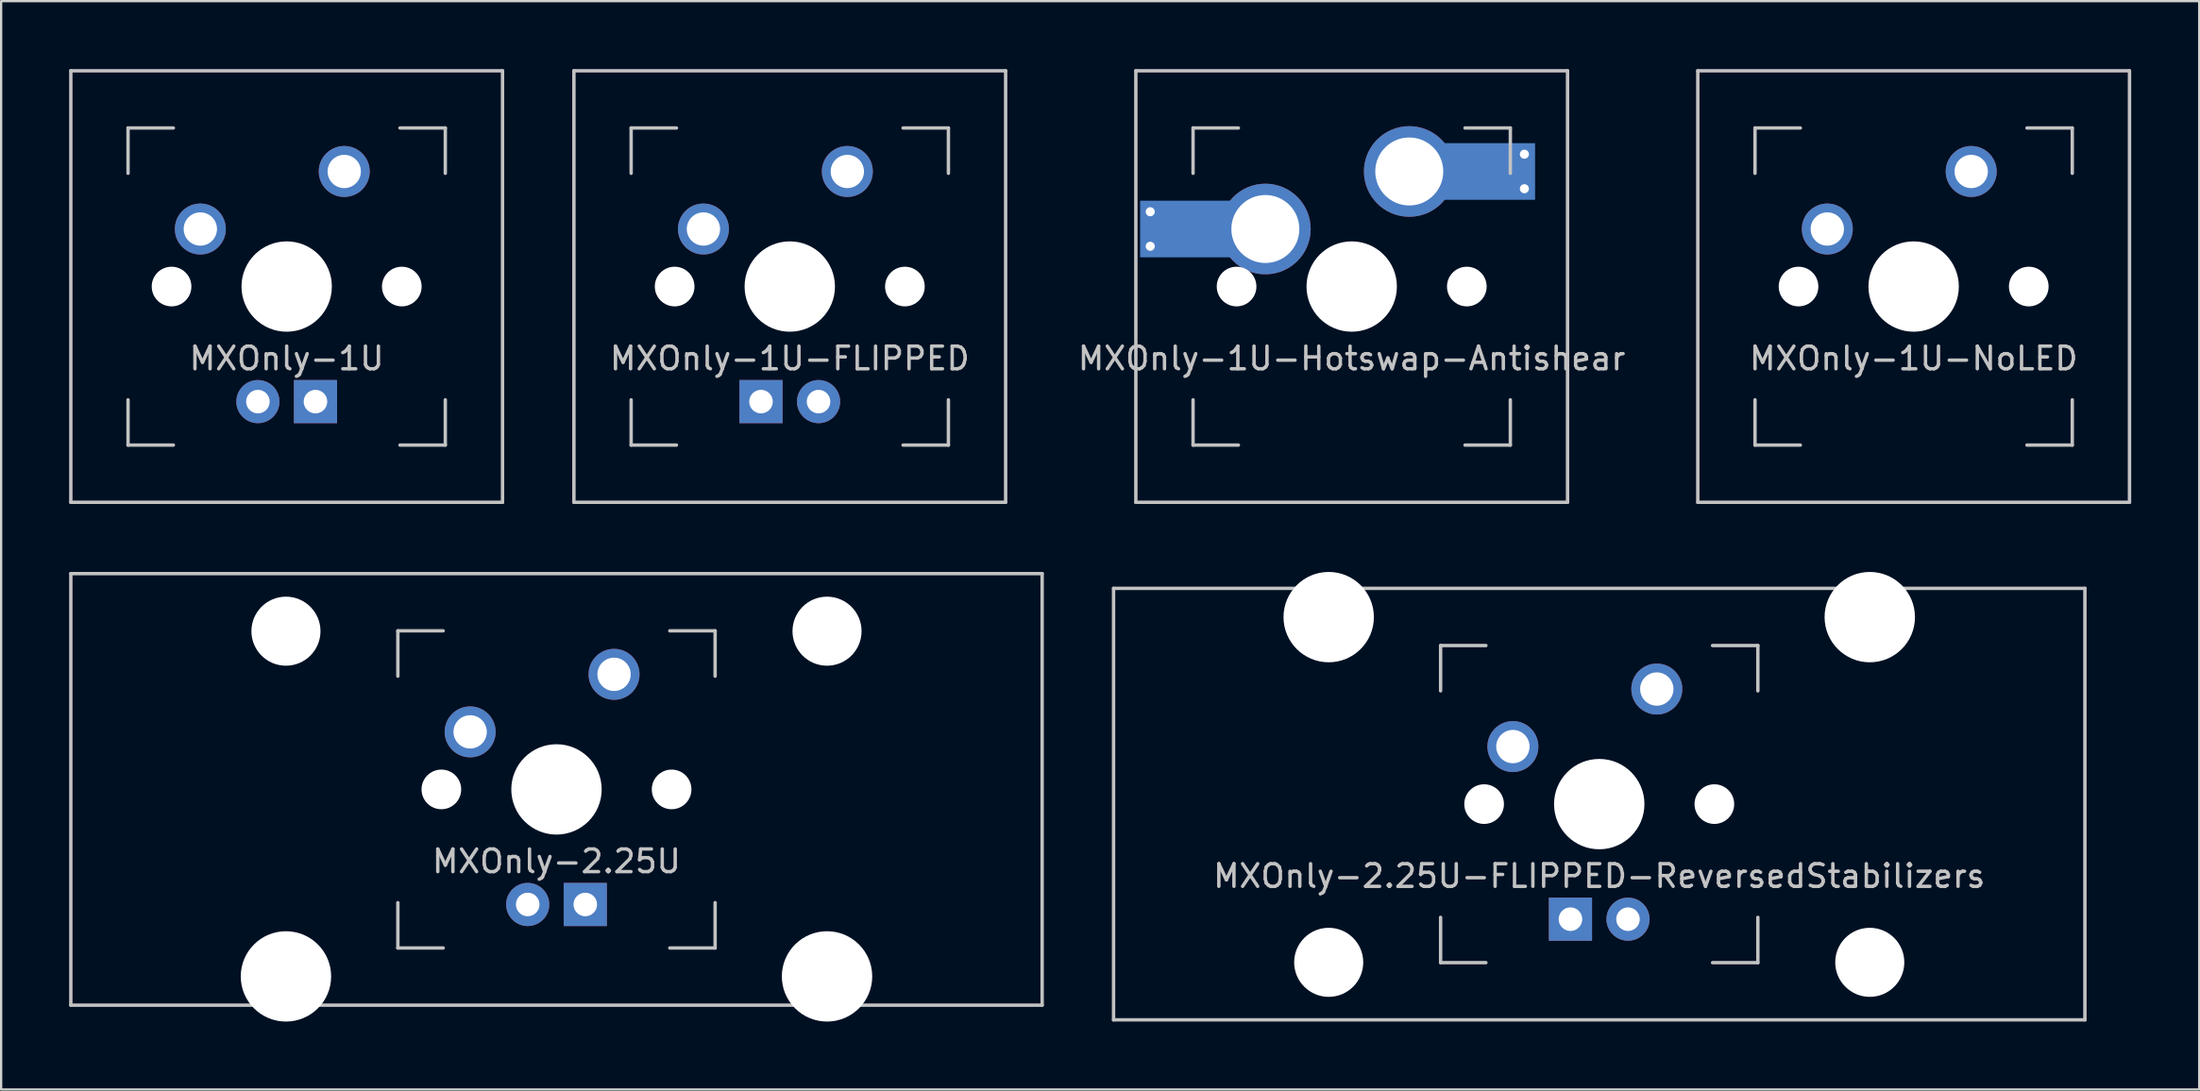
<source format=kicad_pcb>
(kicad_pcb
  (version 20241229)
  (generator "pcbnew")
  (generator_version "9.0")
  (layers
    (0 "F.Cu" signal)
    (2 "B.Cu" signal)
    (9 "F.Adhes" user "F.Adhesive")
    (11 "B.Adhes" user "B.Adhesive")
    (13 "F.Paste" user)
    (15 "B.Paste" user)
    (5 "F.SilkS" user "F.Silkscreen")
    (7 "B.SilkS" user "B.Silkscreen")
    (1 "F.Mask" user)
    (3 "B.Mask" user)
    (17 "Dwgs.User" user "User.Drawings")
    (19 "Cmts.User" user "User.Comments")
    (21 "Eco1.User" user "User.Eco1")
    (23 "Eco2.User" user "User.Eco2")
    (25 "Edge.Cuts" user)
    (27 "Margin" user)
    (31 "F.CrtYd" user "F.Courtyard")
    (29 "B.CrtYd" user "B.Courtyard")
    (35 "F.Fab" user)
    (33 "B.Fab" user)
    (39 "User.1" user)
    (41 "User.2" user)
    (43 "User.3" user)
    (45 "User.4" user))
  (footprint "MXOnly-1U"
    (layer "F.Cu")
    (at 9.6 9.6)
    (property "Reference" "MXOnly-1U" (at 0 3.175 0) (layer "Dwgs.User") (effects (font (size 1 1) (thickness 0.15))))
    (attr through_hole)
    (fp_line (start -9.525 -9.525) (end 9.525 -9.525) (stroke (width 0.15) (type solid)) (layer "Dwgs.User"))
    (fp_line (start -9.525 9.525) (end -9.525 -9.525) (stroke (width 0.15) (type solid)) (layer "Dwgs.User"))
    (fp_line (start -7 -7) (end -7 -5) (stroke (width 0.15) (type solid)) (layer "Dwgs.User"))
    (fp_line (start -7 5) (end -7 7) (stroke (width 0.15) (type solid)) (layer "Dwgs.User"))
    (fp_line (start -7 7) (end -5 7) (stroke (width 0.15) (type solid)) (layer "Dwgs.User"))
    (fp_line (start -5 -7) (end -7 -7) (stroke (width 0.15) (type solid)) (layer "Dwgs.User"))
    (fp_line (start 5 -7) (end 7 -7) (stroke (width 0.15) (type solid)) (layer "Dwgs.User"))
    (fp_line (start 5 7) (end 7 7) (stroke (width 0.15) (type solid)) (layer "Dwgs.User"))
    (fp_line (start 7 -7) (end 7 -5) (stroke (width 0.15) (type solid)) (layer "Dwgs.User"))
    (fp_line (start 7 7) (end 7 5) (stroke (width 0.15) (type solid)) (layer "Dwgs.User"))
    (fp_line (start 9.525 -9.525) (end 9.525 9.525) (stroke (width 0.15) (type solid)) (layer "Dwgs.User"))
    (fp_line (start 9.525 9.525) (end -9.525 9.525) (stroke (width 0.15) (type solid)) (layer "Dwgs.User"))
    (pad "" np_thru_hole circle (at -5.08 0 48.1) (size 1.75 1.75) (drill 1.75) (layers "*.Cu" "*.Mask"))
    (pad "" np_thru_hole circle (at 0 0) (size 3.988 3.988) (drill 3.988) (layers "*.Cu" "*.Mask"))
    (pad "" np_thru_hole circle (at 5.08 0 48.1) (size 1.75 1.75) (drill 1.75) (layers "*.Cu" "*.Mask"))
    (pad "1" thru_hole circle (at -3.81 -2.54) (size 2.25 2.25) (drill 1.47) (layers "*.Cu" "B.Mask"))
    (pad "2" thru_hole circle (at 2.54 -5.08) (size 2.25 2.25) (drill 1.47) (layers "*.Cu" "B.Mask"))
    (pad "3" thru_hole circle (at -1.27 5.08) (size 1.905 1.905) (drill 1.04) (layers "*.Cu" "B.Mask"))
    (pad "4" thru_hole rect (at 1.27 5.08) (size 1.905 1.905) (drill 1.04) (layers "*.Cu" "B.Mask")))
  (footprint "MXOnly-1U-FLIPPED"
    (layer "F.Cu")
    (at 31.8 9.6)
    (property "Reference" "MXOnly-1U-FLIPPED" (at 0 3.175 0) (layer "Dwgs.User") (effects (font (size 1 1) (thickness 0.15))))
    (attr through_hole)
    (fp_line (start -9.525 -9.525) (end 9.525 -9.525) (stroke (width 0.15) (type solid)) (layer "Dwgs.User"))
    (fp_line (start -9.525 9.525) (end -9.525 -9.525) (stroke (width 0.15) (type solid)) (layer "Dwgs.User"))
    (fp_line (start -7 -7) (end -7 -5) (stroke (width 0.15) (type solid)) (layer "Dwgs.User"))
    (fp_line (start -7 5) (end -7 7) (stroke (width 0.15) (type solid)) (layer "Dwgs.User"))
    (fp_line (start -7 7) (end -5 7) (stroke (width 0.15) (type solid)) (layer "Dwgs.User"))
    (fp_line (start -5 -7) (end -7 -7) (stroke (width 0.15) (type solid)) (layer "Dwgs.User"))
    (fp_line (start 5 -7) (end 7 -7) (stroke (width 0.15) (type solid)) (layer "Dwgs.User"))
    (fp_line (start 5 7) (end 7 7) (stroke (width 0.15) (type solid)) (layer "Dwgs.User"))
    (fp_line (start 7 -7) (end 7 -5) (stroke (width 0.15) (type solid)) (layer "Dwgs.User"))
    (fp_line (start 7 7) (end 7 5) (stroke (width 0.15) (type solid)) (layer "Dwgs.User"))
    (fp_line (start 9.525 -9.525) (end 9.525 9.525) (stroke (width 0.15) (type solid)) (layer "Dwgs.User"))
    (fp_line (start 9.525 9.525) (end -9.525 9.525) (stroke (width 0.15) (type solid)) (layer "Dwgs.User"))
    (pad "" np_thru_hole circle (at -5.08 0 48.1) (size 1.75 1.75) (drill 1.75) (layers "*.Cu" "*.Mask"))
    (pad "" np_thru_hole circle (at 0 0) (size 3.988 3.988) (drill 3.988) (layers "*.Cu" "*.Mask"))
    (pad "" np_thru_hole circle (at 5.08 0 48.1) (size 1.75 1.75) (drill 1.75) (layers "*.Cu" "*.Mask"))
    (pad "1" thru_hole circle (at -3.81 -2.54) (size 2.25 2.25) (drill 1.47) (layers "*.Cu" "B.Mask"))
    (pad "2" thru_hole circle (at 2.54 -5.08) (size 2.25 2.25) (drill 1.47) (layers "*.Cu" "B.Mask"))
    (pad "3" thru_hole circle (at 1.27 5.08) (size 1.905 1.905) (drill 1.04) (layers "*.Cu" "B.Mask"))
    (pad "4" thru_hole rect (at -1.27 5.08) (size 1.905 1.905) (drill 1.04) (layers "*.Cu" "B.Mask")))
  (footprint "MXOnly-2.25U"
    (layer "F.Cu")
    (at 21.506 31.8)
    (property "Reference" "MXOnly-2.25U" (at 0 3.175 0) (layer "Dwgs.User") (effects (font (size 1 1) (thickness 0.15))))
    (attr through_hole)
    (fp_line (start -21.431 -9.525) (end 21.431 -9.525) (stroke (width 0.15) (type solid)) (layer "Dwgs.User"))
    (fp_line (start -21.431 9.525) (end -21.431 -9.525) (stroke (width 0.15) (type solid)) (layer "Dwgs.User"))
    (fp_line (start -21.431 9.525) (end 21.431 9.525) (stroke (width 0.15) (type solid)) (layer "Dwgs.User"))
    (fp_line (start -7 -7) (end -7 -5) (stroke (width 0.15) (type solid)) (layer "Dwgs.User"))
    (fp_line (start -7 5) (end -7 7) (stroke (width 0.15) (type solid)) (layer "Dwgs.User"))
    (fp_line (start -7 7) (end -5 7) (stroke (width 0.15) (type solid)) (layer "Dwgs.User"))
    (fp_line (start -5 -7) (end -7 -7) (stroke (width 0.15) (type solid)) (layer "Dwgs.User"))
    (fp_line (start 5 -7) (end 7 -7) (stroke (width 0.15) (type solid)) (layer "Dwgs.User"))
    (fp_line (start 5 7) (end 7 7) (stroke (width 0.15) (type solid)) (layer "Dwgs.User"))
    (fp_line (start 7 -7) (end 7 -5) (stroke (width 0.15) (type solid)) (layer "Dwgs.User"))
    (fp_line (start 7 7) (end 7 5) (stroke (width 0.15) (type solid)) (layer "Dwgs.User"))
    (fp_line (start 21.431 -9.525) (end 21.431 9.525) (stroke (width 0.15) (type solid)) (layer "Dwgs.User"))
    (pad "" np_thru_hole circle (at -11.938 -6.985) (size 3.048 3.048) (drill 3.048) (layers "*.Cu" "*.Mask"))
    (pad "" np_thru_hole circle (at -11.938 8.255) (size 3.988 3.988) (drill 3.988) (layers "*.Cu" "*.Mask"))
    (pad "" np_thru_hole circle (at -5.08 0 48.1) (size 1.75 1.75) (drill 1.75) (layers "*.Cu" "*.Mask"))
    (pad "" np_thru_hole circle (at 0 0) (size 3.988 3.988) (drill 3.988) (layers "*.Cu" "*.Mask"))
    (pad "" np_thru_hole circle (at 5.08 0 48.1) (size 1.75 1.75) (drill 1.75) (layers "*.Cu" "*.Mask"))
    (pad "" np_thru_hole circle (at 11.938 -6.985) (size 3.048 3.048) (drill 3.048) (layers "*.Cu" "*.Mask"))
    (pad "" np_thru_hole circle (at 11.938 8.255) (size 3.988 3.988) (drill 3.988) (layers "*.Cu" "*.Mask"))
    (pad "1" thru_hole circle (at -3.81 -2.54) (size 2.25 2.25) (drill 1.47) (layers "*.Cu" "B.Mask"))
    (pad "2" thru_hole circle (at 2.54 -5.08) (size 2.25 2.25) (drill 1.47) (layers "*.Cu" "B.Mask"))
    (pad "3" thru_hole circle (at -1.27 5.08) (size 1.905 1.905) (drill 1.04) (layers "*.Cu" "B.Mask"))
    (pad "4" thru_hole rect (at 1.27 5.08) (size 1.905 1.905) (drill 1.04) (layers "*.Cu" "B.Mask")))
  (footprint "MXOnly-1U-NoLED"
    (layer "F.Cu")
    (at 81.393 9.6)
    (property "Reference" "MXOnly-1U-NoLED" (at 0 3.175 0) (layer "Dwgs.User") (effects (font (size 1 1) (thickness 0.15))))
    (attr through_hole)
    (fp_line (start -9.525 -9.525) (end 9.525 -9.525) (stroke (width 0.15) (type solid)) (layer "Dwgs.User"))
    (fp_line (start -9.525 9.525) (end -9.525 -9.525) (stroke (width 0.15) (type solid)) (layer "Dwgs.User"))
    (fp_line (start -7 -7) (end -7 -5) (stroke (width 0.15) (type solid)) (layer "Dwgs.User"))
    (fp_line (start -7 5) (end -7 7) (stroke (width 0.15) (type solid)) (layer "Dwgs.User"))
    (fp_line (start -7 7) (end -5 7) (stroke (width 0.15) (type solid)) (layer "Dwgs.User"))
    (fp_line (start -5 -7) (end -7 -7) (stroke (width 0.15) (type solid)) (layer "Dwgs.User"))
    (fp_line (start 5 -7) (end 7 -7) (stroke (width 0.15) (type solid)) (layer "Dwgs.User"))
    (fp_line (start 5 7) (end 7 7) (stroke (width 0.15) (type solid)) (layer "Dwgs.User"))
    (fp_line (start 7 -7) (end 7 -5) (stroke (width 0.15) (type solid)) (layer "Dwgs.User"))
    (fp_line (start 7 7) (end 7 5) (stroke (width 0.15) (type solid)) (layer "Dwgs.User"))
    (fp_line (start 9.525 -9.525) (end 9.525 9.525) (stroke (width 0.15) (type solid)) (layer "Dwgs.User"))
    (fp_line (start 9.525 9.525) (end -9.525 9.525) (stroke (width 0.15) (type solid)) (layer "Dwgs.User"))
    (pad "" np_thru_hole circle (at -5.08 0 48.1) (size 1.75 1.75) (drill 1.75) (layers "*.Cu" "*.Mask"))
    (pad "" np_thru_hole circle (at 0 0) (size 3.988 3.988) (drill 3.988) (layers "*.Cu" "*.Mask"))
    (pad "" np_thru_hole circle (at 5.08 0 48.1) (size 1.75 1.75) (drill 1.75) (layers "*.Cu" "*.Mask"))
    (pad "1" thru_hole circle (at -3.81 -2.54) (size 2.25 2.25) (drill 1.47) (layers "*.Cu" "B.Mask"))
    (pad "2" thru_hole circle (at 2.54 -5.08) (size 2.25 2.25) (drill 1.47) (layers "*.Cu" "B.Mask")))
  (footprint "MXOnly-2.25U-FLIPPED-ReversedStabilizers"
    (layer "F.Cu")
    (at 67.519 32.449)
    (property "Reference" "MXOnly-2.25U-FLIPPED-ReversedStabilizers" (at 0 3.175 0) (layer "Dwgs.User") (effects (font (size 1 1) (thickness 0.15))))
    (attr through_hole)
    (fp_line (start -21.431 -9.525) (end 21.431 -9.525) (stroke (width 0.15) (type solid)) (layer "Dwgs.User"))
    (fp_line (start -21.431 9.525) (end -21.431 -9.525) (stroke (width 0.15) (type solid)) (layer "Dwgs.User"))
    (fp_line (start -21.431 9.525) (end 21.431 9.525) (stroke (width 0.15) (type solid)) (layer "Dwgs.User"))
    (fp_line (start -7 -7) (end -7 -5) (stroke (width 0.15) (type solid)) (layer "Dwgs.User"))
    (fp_line (start -7 5) (end -7 7) (stroke (width 0.15) (type solid)) (layer "Dwgs.User"))
    (fp_line (start -7 7) (end -5 7) (stroke (width 0.15) (type solid)) (layer "Dwgs.User"))
    (fp_line (start -5 -7) (end -7 -7) (stroke (width 0.15) (type solid)) (layer "Dwgs.User"))
    (fp_line (start 5 -7) (end 7 -7) (stroke (width 0.15) (type solid)) (layer "Dwgs.User"))
    (fp_line (start 5 7) (end 7 7) (stroke (width 0.15) (type solid)) (layer "Dwgs.User"))
    (fp_line (start 7 -7) (end 7 -5) (stroke (width 0.15) (type solid)) (layer "Dwgs.User"))
    (fp_line (start 7 7) (end 7 5) (stroke (width 0.15) (type solid)) (layer "Dwgs.User"))
    (fp_line (start 21.431 -9.525) (end 21.431 9.525) (stroke (width 0.15) (type solid)) (layer "Dwgs.User"))
    (pad "" np_thru_hole circle (at -11.938 -8.255) (size 3.988 3.988) (drill 3.988) (layers "*.Cu" "*.Mask"))
    (pad "" np_thru_hole circle (at -11.938 6.985) (size 3.048 3.048) (drill 3.048) (layers "*.Cu" "*.Mask"))
    (pad "" np_thru_hole circle (at -5.08 0 48.1) (size 1.75 1.75) (drill 1.75) (layers "*.Cu" "*.Mask"))
    (pad "" np_thru_hole circle (at 0 0) (size 3.988 3.988) (drill 3.988) (layers "*.Cu" "*.Mask"))
    (pad "" np_thru_hole circle (at 5.08 0 48.1) (size 1.75 1.75) (drill 1.75) (layers "*.Cu" "*.Mask"))
    (pad "" np_thru_hole circle (at 11.938 -8.255) (size 3.988 3.988) (drill 3.988) (layers "*.Cu" "*.Mask"))
    (pad "" np_thru_hole circle (at 11.938 6.985) (size 3.048 3.048) (drill 3.048) (layers "*.Cu" "*.Mask"))
    (pad "1" thru_hole circle (at -3.81 -2.54) (size 2.25 2.25) (drill 1.47) (layers "*.Cu" "B.Mask"))
    (pad "2" thru_hole circle (at 2.54 -5.08) (size 2.25 2.25) (drill 1.47) (layers "*.Cu" "B.Mask"))
    (pad "3" thru_hole circle (at 1.27 5.08) (size 1.905 1.905) (drill 1.04) (layers "*.Cu" "B.Mask"))
    (pad "4" thru_hole rect (at -1.27 5.08) (size 1.905 1.905) (drill 1.04) (layers "*.Cu" "B.Mask")))
  (footprint "MXOnly-1U-Hotswap-Antishear"
    (layer "F.Cu")
    (at 56.596 9.6)
    (property "Reference" "MXOnly-1U-Hotswap-Antishear" (at 0 3.175 0) (layer "Dwgs.User") (effects (font (size 1 1) (thickness 0.15))))
    (attr through_hole)
    (fp_line (start -9.525 -9.525) (end 9.525 -9.525) (stroke (width 0.15) (type solid)) (layer "Dwgs.User"))
    (fp_line (start -9.525 9.525) (end -9.525 -9.525) (stroke (width 0.15) (type solid)) (layer "Dwgs.User"))
    (fp_line (start -7 -7) (end -7 -5) (stroke (width 0.15) (type solid)) (layer "Dwgs.User"))
    (fp_line (start -7 5) (end -7 7) (stroke (width 0.15) (type solid)) (layer "Dwgs.User"))
    (fp_line (start -7 7) (end -5 7) (stroke (width 0.15) (type solid)) (layer "Dwgs.User"))
    (fp_line (start -5 -7) (end -7 -7) (stroke (width 0.15) (type solid)) (layer "Dwgs.User"))
    (fp_line (start 5 -7) (end 7 -7) (stroke (width 0.15) (type solid)) (layer "Dwgs.User"))
    (fp_line (start 5 7) (end 7 7) (stroke (width 0.15) (type solid)) (layer "Dwgs.User"))
    (fp_line (start 7 -7) (end 7 -5) (stroke (width 0.15) (type solid)) (layer "Dwgs.User"))
    (fp_line (start 7 7) (end 7 5) (stroke (width 0.15) (type solid)) (layer "Dwgs.User"))
    (fp_line (start 9.525 -9.525) (end 9.525 9.525) (stroke (width 0.15) (type solid)) (layer "Dwgs.User"))
    (fp_line (start 9.525 9.525) (end -9.525 9.525) (stroke (width 0.15) (type solid)) (layer "Dwgs.User"))
    (pad "" smd rect (at -7.085 -2.54) (size 2.55 2.5) (layers "B.Mask" "B.Paste"))
    (pad "" np_thru_hole circle (at -5.08 0 48.1) (size 1.75 1.75) (drill 1.75) (layers "*.Cu" "*.Mask"))
    (pad "" np_thru_hole circle (at 0 0) (size 3.988 3.988) (drill 3.988) (layers "*.Cu" "*.Mask"))
    (pad "" np_thru_hole circle (at 5.08 0 48.1) (size 1.75 1.75) (drill 1.75) (layers "*.Cu" "*.Mask"))
    (pad "" smd rect (at 5.815 -5.08) (size 2.55 2.5) (layers "B.Mask" "B.Paste"))
    (pad "1" thru_hole circle (at -8.89 -3.302) (size 0.8 0.8) (drill 0.4) (layers "*.Cu"))
    (pad "1" thru_hole circle (at -8.89 -1.778) (size 0.8 0.8) (drill 0.4) (layers "*.Cu"))
    (pad "1" smd rect (at -7.085 -2.54) (size 4.5 2.5) (layers "B.Cu"))
    (pad "1" thru_hole circle (at -3.81 -2.54) (size 4 4) (drill 3) (layers "*.Cu"))
    (pad "2" thru_hole circle (at 2.54 -5.08) (size 4 4) (drill 3) (layers "*.Cu"))
    (pad "2" smd rect (at 5.842 -5.08) (size 4.5 2.5) (layers "B.Cu"))
    (pad "2" thru_hole circle (at 7.62 -5.842) (size 0.8 0.8) (drill 0.4) (layers "*.Cu"))
    (pad "2" thru_hole circle (at 7.62 -4.318) (size 0.8 0.8) (drill 0.4) (layers "*.Cu")))
  (gr_rect
    (start -3 -3)
    (end 93.993 45.049)
    (stroke (width 0.1) (type default))
    (fill no)
    (layer "Edge.Cuts")))
</source>
